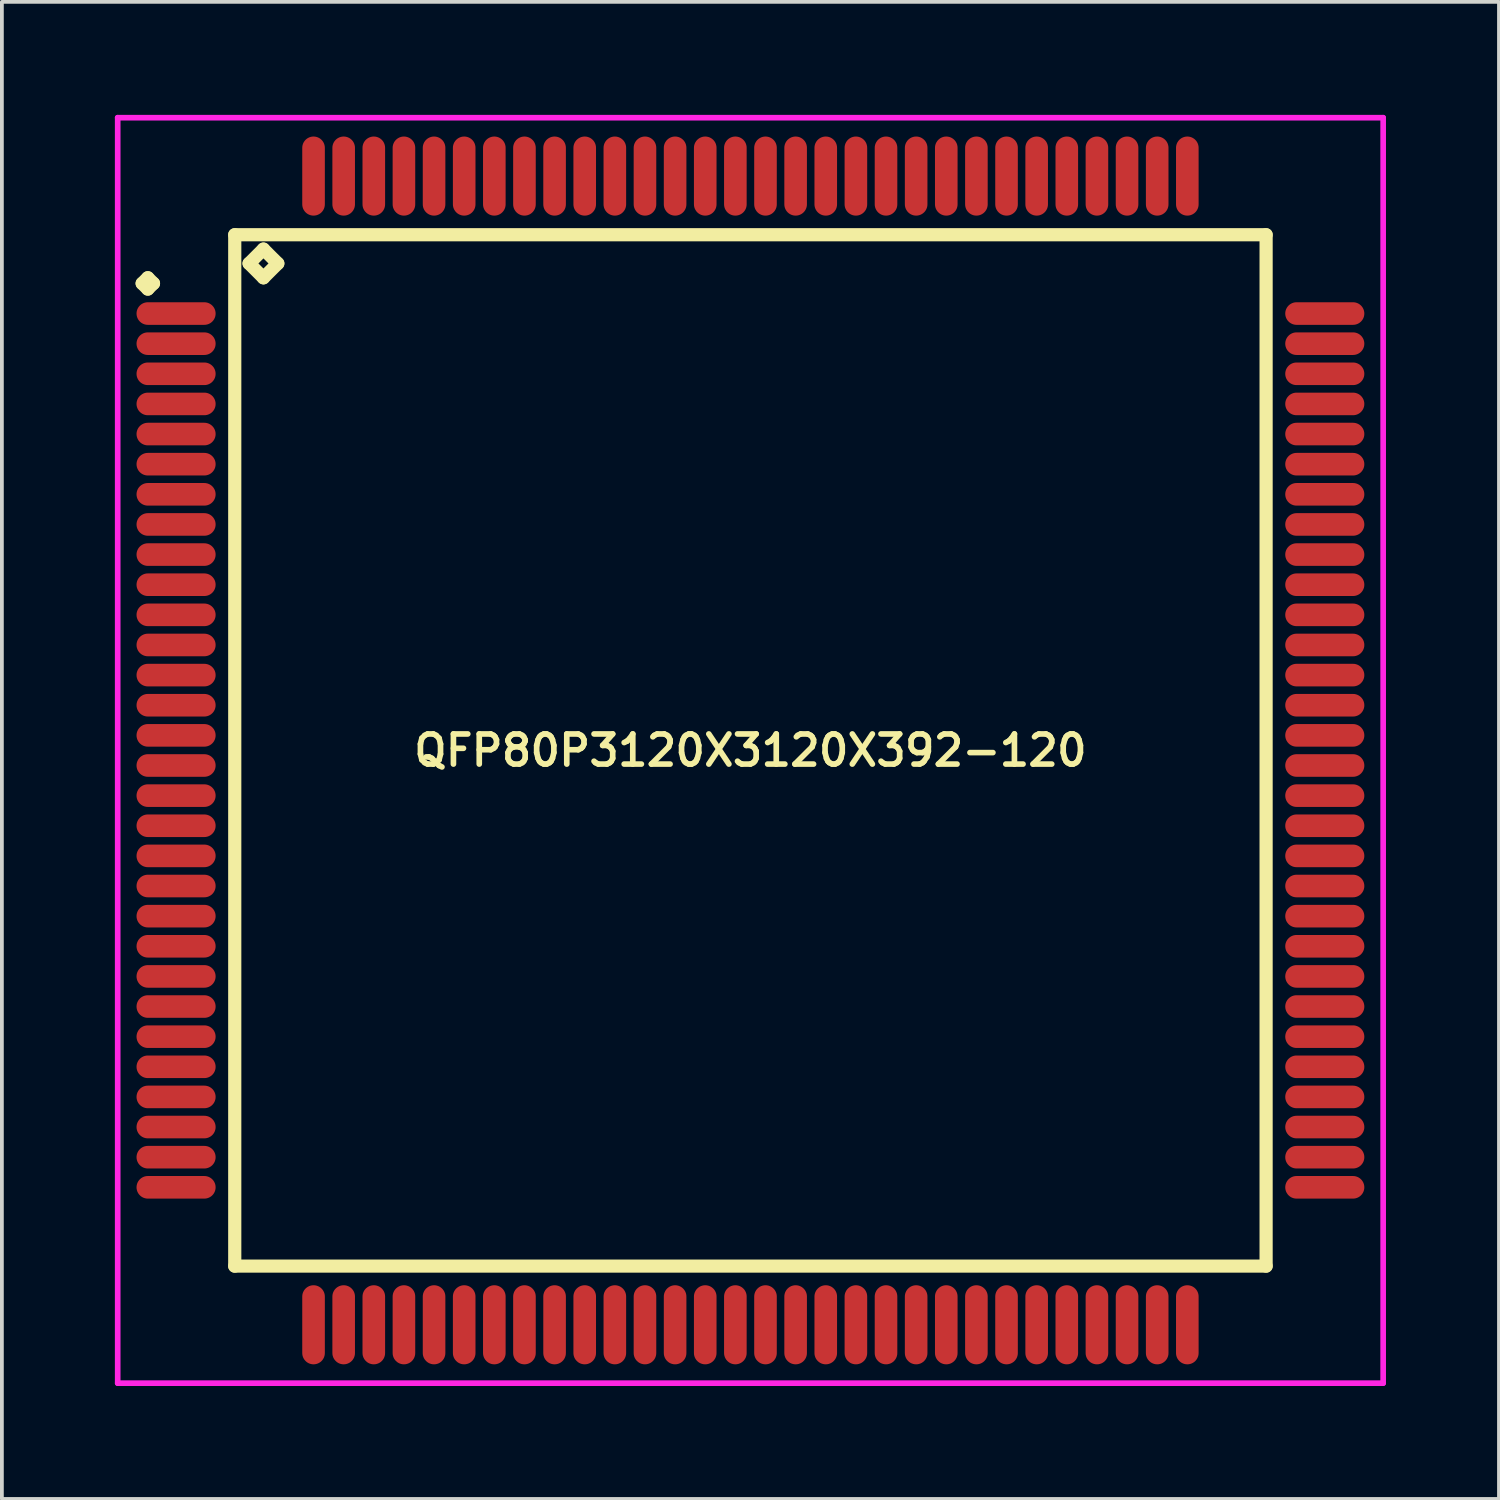
<source format=kicad_pcb>
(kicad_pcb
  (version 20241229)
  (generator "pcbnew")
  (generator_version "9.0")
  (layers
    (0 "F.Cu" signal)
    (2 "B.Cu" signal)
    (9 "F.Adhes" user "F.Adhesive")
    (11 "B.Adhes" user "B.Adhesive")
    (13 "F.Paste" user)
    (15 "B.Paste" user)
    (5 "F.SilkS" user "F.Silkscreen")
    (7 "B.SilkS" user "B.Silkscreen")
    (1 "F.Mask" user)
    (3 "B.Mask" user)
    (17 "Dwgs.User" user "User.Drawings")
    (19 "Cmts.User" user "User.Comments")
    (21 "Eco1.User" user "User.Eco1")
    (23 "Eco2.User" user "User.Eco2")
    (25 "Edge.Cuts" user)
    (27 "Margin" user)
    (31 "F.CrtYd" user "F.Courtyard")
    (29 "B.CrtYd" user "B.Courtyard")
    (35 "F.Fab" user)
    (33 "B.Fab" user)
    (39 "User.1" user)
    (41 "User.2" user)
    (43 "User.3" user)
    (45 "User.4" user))
  (footprint "QFP80P3120X3120X392-120"
    (layer "F.Cu")
    (at 16.875 16.875)
    (property "Reference" "QFP80P3120X3120X392-120" (at 0 0 0) (layer "F.SilkS") (effects (font (size 0.8 0.8) (thickness 0.15))))
    (attr smd)
    (fp_line (start -16.15 -12.4) (end -16 -12.55) (stroke (width 0.35) (type solid)) (layer "F.SilkS"))
    (fp_line (start -16 -12.55) (end -15.85 -12.4) (stroke (width 0.35) (type solid)) (layer "F.SilkS"))
    (fp_line (start -16 -12.25) (end -16.15 -12.4) (stroke (width 0.35) (type solid)) (layer "F.SilkS"))
    (fp_line (start -15.85 -12.4) (end -16 -12.25) (stroke (width 0.35) (type solid)) (layer "F.SilkS"))
    (fp_line (start -13.692 -13.692) (end -13.692 13.692) (stroke (width 0.35) (type solid)) (layer "F.SilkS"))
    (fp_line (start -13.692 13.692) (end 13.692 13.692) (stroke (width 0.35) (type solid)) (layer "F.SilkS"))
    (fp_line (start -13.311 -12.93) (end -12.93 -13.311) (stroke (width 0.35) (type solid)) (layer "F.SilkS"))
    (fp_line (start -12.93 -13.311) (end -12.549 -12.93) (stroke (width 0.35) (type solid)) (layer "F.SilkS"))
    (fp_line (start -12.93 -12.549) (end -13.311 -12.93) (stroke (width 0.35) (type solid)) (layer "F.SilkS"))
    (fp_line (start -12.549 -12.93) (end -12.93 -12.549) (stroke (width 0.35) (type solid)) (layer "F.SilkS"))
    (fp_line (start 13.692 -13.692) (end -13.692 -13.692) (stroke (width 0.35) (type solid)) (layer "F.SilkS"))
    (fp_line (start 13.692 13.692) (end 13.692 -13.692) (stroke (width 0.35) (type solid)) (layer "F.SilkS"))
    (fp_line (start -16.8 -16.8) (end 16.8 -16.8) (stroke (width 0.15) (type solid)) (layer "F.CrtYd"))
    (fp_line (start -16.8 16.8) (end -16.8 -16.8) (stroke (width 0.15) (type solid)) (layer "F.CrtYd"))
    (fp_line (start 16.8 -16.8) (end 16.8 16.8) (stroke (width 0.15) (type solid)) (layer "F.CrtYd"))
    (fp_line (start 16.8 16.8) (end -16.8 16.8) (stroke (width 0.15) (type solid)) (layer "F.CrtYd"))
    (pad "1" smd oval (at -15.25 -11.6) (size 2.1 0.6) (layers "F.Cu" "F.Mask" "F.Paste"))
    (pad "2" smd oval (at -15.25 -10.8) (size 2.1 0.6) (layers "F.Cu" "F.Mask" "F.Paste"))
    (pad "3" smd oval (at -15.25 -10) (size 2.1 0.6) (layers "F.Cu" "F.Mask" "F.Paste"))
    (pad "4" smd oval (at -15.25 -9.2) (size 2.1 0.6) (layers "F.Cu" "F.Mask" "F.Paste"))
    (pad "5" smd oval (at -15.25 -8.4) (size 2.1 0.6) (layers "F.Cu" "F.Mask" "F.Paste"))
    (pad "6" smd oval (at -15.25 -7.6) (size 2.1 0.6) (layers "F.Cu" "F.Mask" "F.Paste"))
    (pad "7" smd oval (at -15.25 -6.8) (size 2.1 0.6) (layers "F.Cu" "F.Mask" "F.Paste"))
    (pad "8" smd oval (at -15.25 -6) (size 2.1 0.6) (layers "F.Cu" "F.Mask" "F.Paste"))
    (pad "9" smd oval (at -15.25 -5.2) (size 2.1 0.6) (layers "F.Cu" "F.Mask" "F.Paste"))
    (pad "10" smd oval (at -15.25 -4.4) (size 2.1 0.6) (layers "F.Cu" "F.Mask" "F.Paste"))
    (pad "11" smd oval (at -15.25 -3.6) (size 2.1 0.6) (layers "F.Cu" "F.Mask" "F.Paste"))
    (pad "12" smd oval (at -15.25 -2.8) (size 2.1 0.6) (layers "F.Cu" "F.Mask" "F.Paste"))
    (pad "13" smd oval (at -15.25 -2) (size 2.1 0.6) (layers "F.Cu" "F.Mask" "F.Paste"))
    (pad "14" smd oval (at -15.25 -1.2) (size 2.1 0.6) (layers "F.Cu" "F.Mask" "F.Paste"))
    (pad "15" smd oval (at -15.25 -0.4) (size 2.1 0.6) (layers "F.Cu" "F.Mask" "F.Paste"))
    (pad "16" smd oval (at -15.25 0.4) (size 2.1 0.6) (layers "F.Cu" "F.Mask" "F.Paste"))
    (pad "17" smd oval (at -15.25 1.2) (size 2.1 0.6) (layers "F.Cu" "F.Mask" "F.Paste"))
    (pad "18" smd oval (at -15.25 2) (size 2.1 0.6) (layers "F.Cu" "F.Mask" "F.Paste"))
    (pad "19" smd oval (at -15.25 2.8) (size 2.1 0.6) (layers "F.Cu" "F.Mask" "F.Paste"))
    (pad "20" smd oval (at -15.25 3.6) (size 2.1 0.6) (layers "F.Cu" "F.Mask" "F.Paste"))
    (pad "21" smd oval (at -15.25 4.4) (size 2.1 0.6) (layers "F.Cu" "F.Mask" "F.Paste"))
    (pad "22" smd oval (at -15.25 5.2) (size 2.1 0.6) (layers "F.Cu" "F.Mask" "F.Paste"))
    (pad "23" smd oval (at -15.25 6) (size 2.1 0.6) (layers "F.Cu" "F.Mask" "F.Paste"))
    (pad "24" smd oval (at -15.25 6.8) (size 2.1 0.6) (layers "F.Cu" "F.Mask" "F.Paste"))
    (pad "25" smd oval (at -15.25 7.6) (size 2.1 0.6) (layers "F.Cu" "F.Mask" "F.Paste"))
    (pad "26" smd oval (at -15.25 8.4) (size 2.1 0.6) (layers "F.Cu" "F.Mask" "F.Paste"))
    (pad "27" smd oval (at -15.25 9.2) (size 2.1 0.6) (layers "F.Cu" "F.Mask" "F.Paste"))
    (pad "28" smd oval (at -15.25 10) (size 2.1 0.6) (layers "F.Cu" "F.Mask" "F.Paste"))
    (pad "29" smd oval (at -15.25 10.8) (size 2.1 0.6) (layers "F.Cu" "F.Mask" "F.Paste"))
    (pad "30" smd oval (at -15.25 11.6) (size 2.1 0.6) (layers "F.Cu" "F.Mask" "F.Paste"))
    (pad "31" smd oval (at -11.6 15.25) (size 0.6 2.1) (layers "F.Cu" "F.Mask" "F.Paste"))
    (pad "32" smd oval (at -10.8 15.25) (size 0.6 2.1) (layers "F.Cu" "F.Mask" "F.Paste"))
    (pad "33" smd oval (at -10 15.25) (size 0.6 2.1) (layers "F.Cu" "F.Mask" "F.Paste"))
    (pad "34" smd oval (at -9.2 15.25) (size 0.6 2.1) (layers "F.Cu" "F.Mask" "F.Paste"))
    (pad "35" smd oval (at -8.4 15.25) (size 0.6 2.1) (layers "F.Cu" "F.Mask" "F.Paste"))
    (pad "36" smd oval (at -7.6 15.25) (size 0.6 2.1) (layers "F.Cu" "F.Mask" "F.Paste"))
    (pad "37" smd oval (at -6.8 15.25) (size 0.6 2.1) (layers "F.Cu" "F.Mask" "F.Paste"))
    (pad "38" smd oval (at -6 15.25) (size 0.6 2.1) (layers "F.Cu" "F.Mask" "F.Paste"))
    (pad "39" smd oval (at -5.2 15.25) (size 0.6 2.1) (layers "F.Cu" "F.Mask" "F.Paste"))
    (pad "40" smd oval (at -4.4 15.25) (size 0.6 2.1) (layers "F.Cu" "F.Mask" "F.Paste"))
    (pad "41" smd oval (at -3.6 15.25) (size 0.6 2.1) (layers "F.Cu" "F.Mask" "F.Paste"))
    (pad "42" smd oval (at -2.8 15.25) (size 0.6 2.1) (layers "F.Cu" "F.Mask" "F.Paste"))
    (pad "43" smd oval (at -2 15.25) (size 0.6 2.1) (layers "F.Cu" "F.Mask" "F.Paste"))
    (pad "44" smd oval (at -1.2 15.25) (size 0.6 2.1) (layers "F.Cu" "F.Mask" "F.Paste"))
    (pad "45" smd oval (at -0.4 15.25) (size 0.6 2.1) (layers "F.Cu" "F.Mask" "F.Paste"))
    (pad "46" smd oval (at 0.4 15.25) (size 0.6 2.1) (layers "F.Cu" "F.Mask" "F.Paste"))
    (pad "47" smd oval (at 1.2 15.25) (size 0.6 2.1) (layers "F.Cu" "F.Mask" "F.Paste"))
    (pad "48" smd oval (at 2 15.25) (size 0.6 2.1) (layers "F.Cu" "F.Mask" "F.Paste"))
    (pad "49" smd oval (at 2.8 15.25) (size 0.6 2.1) (layers "F.Cu" "F.Mask" "F.Paste"))
    (pad "50" smd oval (at 3.6 15.25) (size 0.6 2.1) (layers "F.Cu" "F.Mask" "F.Paste"))
    (pad "51" smd oval (at 4.4 15.25) (size 0.6 2.1) (layers "F.Cu" "F.Mask" "F.Paste"))
    (pad "52" smd oval (at 5.2 15.25) (size 0.6 2.1) (layers "F.Cu" "F.Mask" "F.Paste"))
    (pad "53" smd oval (at 6 15.25) (size 0.6 2.1) (layers "F.Cu" "F.Mask" "F.Paste"))
    (pad "54" smd oval (at 6.8 15.25) (size 0.6 2.1) (layers "F.Cu" "F.Mask" "F.Paste"))
    (pad "55" smd oval (at 7.6 15.25) (size 0.6 2.1) (layers "F.Cu" "F.Mask" "F.Paste"))
    (pad "56" smd oval (at 8.4 15.25) (size 0.6 2.1) (layers "F.Cu" "F.Mask" "F.Paste"))
    (pad "57" smd oval (at 9.2 15.25) (size 0.6 2.1) (layers "F.Cu" "F.Mask" "F.Paste"))
    (pad "58" smd oval (at 10 15.25) (size 0.6 2.1) (layers "F.Cu" "F.Mask" "F.Paste"))
    (pad "59" smd oval (at 10.8 15.25) (size 0.6 2.1) (layers "F.Cu" "F.Mask" "F.Paste"))
    (pad "60" smd oval (at 11.6 15.25) (size 0.6 2.1) (layers "F.Cu" "F.Mask" "F.Paste"))
    (pad "61" smd oval (at 15.25 11.6) (size 2.1 0.6) (layers "F.Cu" "F.Mask" "F.Paste"))
    (pad "62" smd oval (at 15.25 10.8) (size 2.1 0.6) (layers "F.Cu" "F.Mask" "F.Paste"))
    (pad "63" smd oval (at 15.25 10) (size 2.1 0.6) (layers "F.Cu" "F.Mask" "F.Paste"))
    (pad "64" smd oval (at 15.25 9.2) (size 2.1 0.6) (layers "F.Cu" "F.Mask" "F.Paste"))
    (pad "65" smd oval (at 15.25 8.4) (size 2.1 0.6) (layers "F.Cu" "F.Mask" "F.Paste"))
    (pad "66" smd oval (at 15.25 7.6) (size 2.1 0.6) (layers "F.Cu" "F.Mask" "F.Paste"))
    (pad "67" smd oval (at 15.25 6.8) (size 2.1 0.6) (layers "F.Cu" "F.Mask" "F.Paste"))
    (pad "68" smd oval (at 15.25 6) (size 2.1 0.6) (layers "F.Cu" "F.Mask" "F.Paste"))
    (pad "69" smd oval (at 15.25 5.2) (size 2.1 0.6) (layers "F.Cu" "F.Mask" "F.Paste"))
    (pad "70" smd oval (at 15.25 4.4) (size 2.1 0.6) (layers "F.Cu" "F.Mask" "F.Paste"))
    (pad "71" smd oval (at 15.25 3.6) (size 2.1 0.6) (layers "F.Cu" "F.Mask" "F.Paste"))
    (pad "72" smd oval (at 15.25 2.8) (size 2.1 0.6) (layers "F.Cu" "F.Mask" "F.Paste"))
    (pad "73" smd oval (at 15.25 2) (size 2.1 0.6) (layers "F.Cu" "F.Mask" "F.Paste"))
    (pad "74" smd oval (at 15.25 1.2) (size 2.1 0.6) (layers "F.Cu" "F.Mask" "F.Paste"))
    (pad "75" smd oval (at 15.25 0.4) (size 2.1 0.6) (layers "F.Cu" "F.Mask" "F.Paste"))
    (pad "76" smd oval (at 15.25 -0.4) (size 2.1 0.6) (layers "F.Cu" "F.Mask" "F.Paste"))
    (pad "77" smd oval (at 15.25 -1.2) (size 2.1 0.6) (layers "F.Cu" "F.Mask" "F.Paste"))
    (pad "78" smd oval (at 15.25 -2) (size 2.1 0.6) (layers "F.Cu" "F.Mask" "F.Paste"))
    (pad "79" smd oval (at 15.25 -2.8) (size 2.1 0.6) (layers "F.Cu" "F.Mask" "F.Paste"))
    (pad "80" smd oval (at 15.25 -3.6) (size 2.1 0.6) (layers "F.Cu" "F.Mask" "F.Paste"))
    (pad "81" smd oval (at 15.25 -4.4) (size 2.1 0.6) (layers "F.Cu" "F.Mask" "F.Paste"))
    (pad "82" smd oval (at 15.25 -5.2) (size 2.1 0.6) (layers "F.Cu" "F.Mask" "F.Paste"))
    (pad "83" smd oval (at 15.25 -6) (size 2.1 0.6) (layers "F.Cu" "F.Mask" "F.Paste"))
    (pad "84" smd oval (at 15.25 -6.8) (size 2.1 0.6) (layers "F.Cu" "F.Mask" "F.Paste"))
    (pad "85" smd oval (at 15.25 -7.6) (size 2.1 0.6) (layers "F.Cu" "F.Mask" "F.Paste"))
    (pad "86" smd oval (at 15.25 -8.4) (size 2.1 0.6) (layers "F.Cu" "F.Mask" "F.Paste"))
    (pad "87" smd oval (at 15.25 -9.2) (size 2.1 0.6) (layers "F.Cu" "F.Mask" "F.Paste"))
    (pad "88" smd oval (at 15.25 -10) (size 2.1 0.6) (layers "F.Cu" "F.Mask" "F.Paste"))
    (pad "89" smd oval (at 15.25 -10.8) (size 2.1 0.6) (layers "F.Cu" "F.Mask" "F.Paste"))
    (pad "90" smd oval (at 15.25 -11.6) (size 2.1 0.6) (layers "F.Cu" "F.Mask" "F.Paste"))
    (pad "91" smd oval (at 11.6 -15.25) (size 0.6 2.1) (layers "F.Cu" "F.Mask" "F.Paste"))
    (pad "92" smd oval (at 10.8 -15.25) (size 0.6 2.1) (layers "F.Cu" "F.Mask" "F.Paste"))
    (pad "93" smd oval (at 10 -15.25) (size 0.6 2.1) (layers "F.Cu" "F.Mask" "F.Paste"))
    (pad "94" smd oval (at 9.2 -15.25) (size 0.6 2.1) (layers "F.Cu" "F.Mask" "F.Paste"))
    (pad "95" smd oval (at 8.4 -15.25) (size 0.6 2.1) (layers "F.Cu" "F.Mask" "F.Paste"))
    (pad "96" smd oval (at 7.6 -15.25) (size 0.6 2.1) (layers "F.Cu" "F.Mask" "F.Paste"))
    (pad "97" smd oval (at 6.8 -15.25) (size 0.6 2.1) (layers "F.Cu" "F.Mask" "F.Paste"))
    (pad "98" smd oval (at 6 -15.25) (size 0.6 2.1) (layers "F.Cu" "F.Mask" "F.Paste"))
    (pad "99" smd oval (at 5.2 -15.25) (size 0.6 2.1) (layers "F.Cu" "F.Mask" "F.Paste"))
    (pad "100" smd oval (at 4.4 -15.25) (size 0.6 2.1) (layers "F.Cu" "F.Mask" "F.Paste"))
    (pad "101" smd oval (at 3.6 -15.25) (size 0.6 2.1) (layers "F.Cu" "F.Mask" "F.Paste"))
    (pad "102" smd oval (at 2.8 -15.25) (size 0.6 2.1) (layers "F.Cu" "F.Mask" "F.Paste"))
    (pad "103" smd oval (at 2 -15.25) (size 0.6 2.1) (layers "F.Cu" "F.Mask" "F.Paste"))
    (pad "104" smd oval (at 1.2 -15.25) (size 0.6 2.1) (layers "F.Cu" "F.Mask" "F.Paste"))
    (pad "105" smd oval (at 0.4 -15.25) (size 0.6 2.1) (layers "F.Cu" "F.Mask" "F.Paste"))
    (pad "106" smd oval (at -0.4 -15.25) (size 0.6 2.1) (layers "F.Cu" "F.Mask" "F.Paste"))
    (pad "107" smd oval (at -1.2 -15.25) (size 0.6 2.1) (layers "F.Cu" "F.Mask" "F.Paste"))
    (pad "108" smd oval (at -2 -15.25) (size 0.6 2.1) (layers "F.Cu" "F.Mask" "F.Paste"))
    (pad "109" smd oval (at -2.8 -15.25) (size 0.6 2.1) (layers "F.Cu" "F.Mask" "F.Paste"))
    (pad "110" smd oval (at -3.6 -15.25) (size 0.6 2.1) (layers "F.Cu" "F.Mask" "F.Paste"))
    (pad "111" smd oval (at -4.4 -15.25) (size 0.6 2.1) (layers "F.Cu" "F.Mask" "F.Paste"))
    (pad "112" smd oval (at -5.2 -15.25) (size 0.6 2.1) (layers "F.Cu" "F.Mask" "F.Paste"))
    (pad "113" smd oval (at -6 -15.25) (size 0.6 2.1) (layers "F.Cu" "F.Mask" "F.Paste"))
    (pad "114" smd oval (at -6.8 -15.25) (size 0.6 2.1) (layers "F.Cu" "F.Mask" "F.Paste"))
    (pad "115" smd oval (at -7.6 -15.25) (size 0.6 2.1) (layers "F.Cu" "F.Mask" "F.Paste"))
    (pad "116" smd oval (at -8.4 -15.25) (size 0.6 2.1) (layers "F.Cu" "F.Mask" "F.Paste"))
    (pad "117" smd oval (at -9.2 -15.25) (size 0.6 2.1) (layers "F.Cu" "F.Mask" "F.Paste"))
    (pad "118" smd oval (at -10 -15.25) (size 0.6 2.1) (layers "F.Cu" "F.Mask" "F.Paste"))
    (pad "119" smd oval (at -10.8 -15.25) (size 0.6 2.1) (layers "F.Cu" "F.Mask" "F.Paste"))
    (pad "120" smd oval (at -11.6 -15.25) (size 0.6 2.1) (layers "F.Cu" "F.Mask" "F.Paste")))
  (gr_rect
    (start -3 -3)
    (end 36.75 36.75)
    (stroke (width 0.1) (type default))
    (fill no)
    (layer "Edge.Cuts")))
</source>
